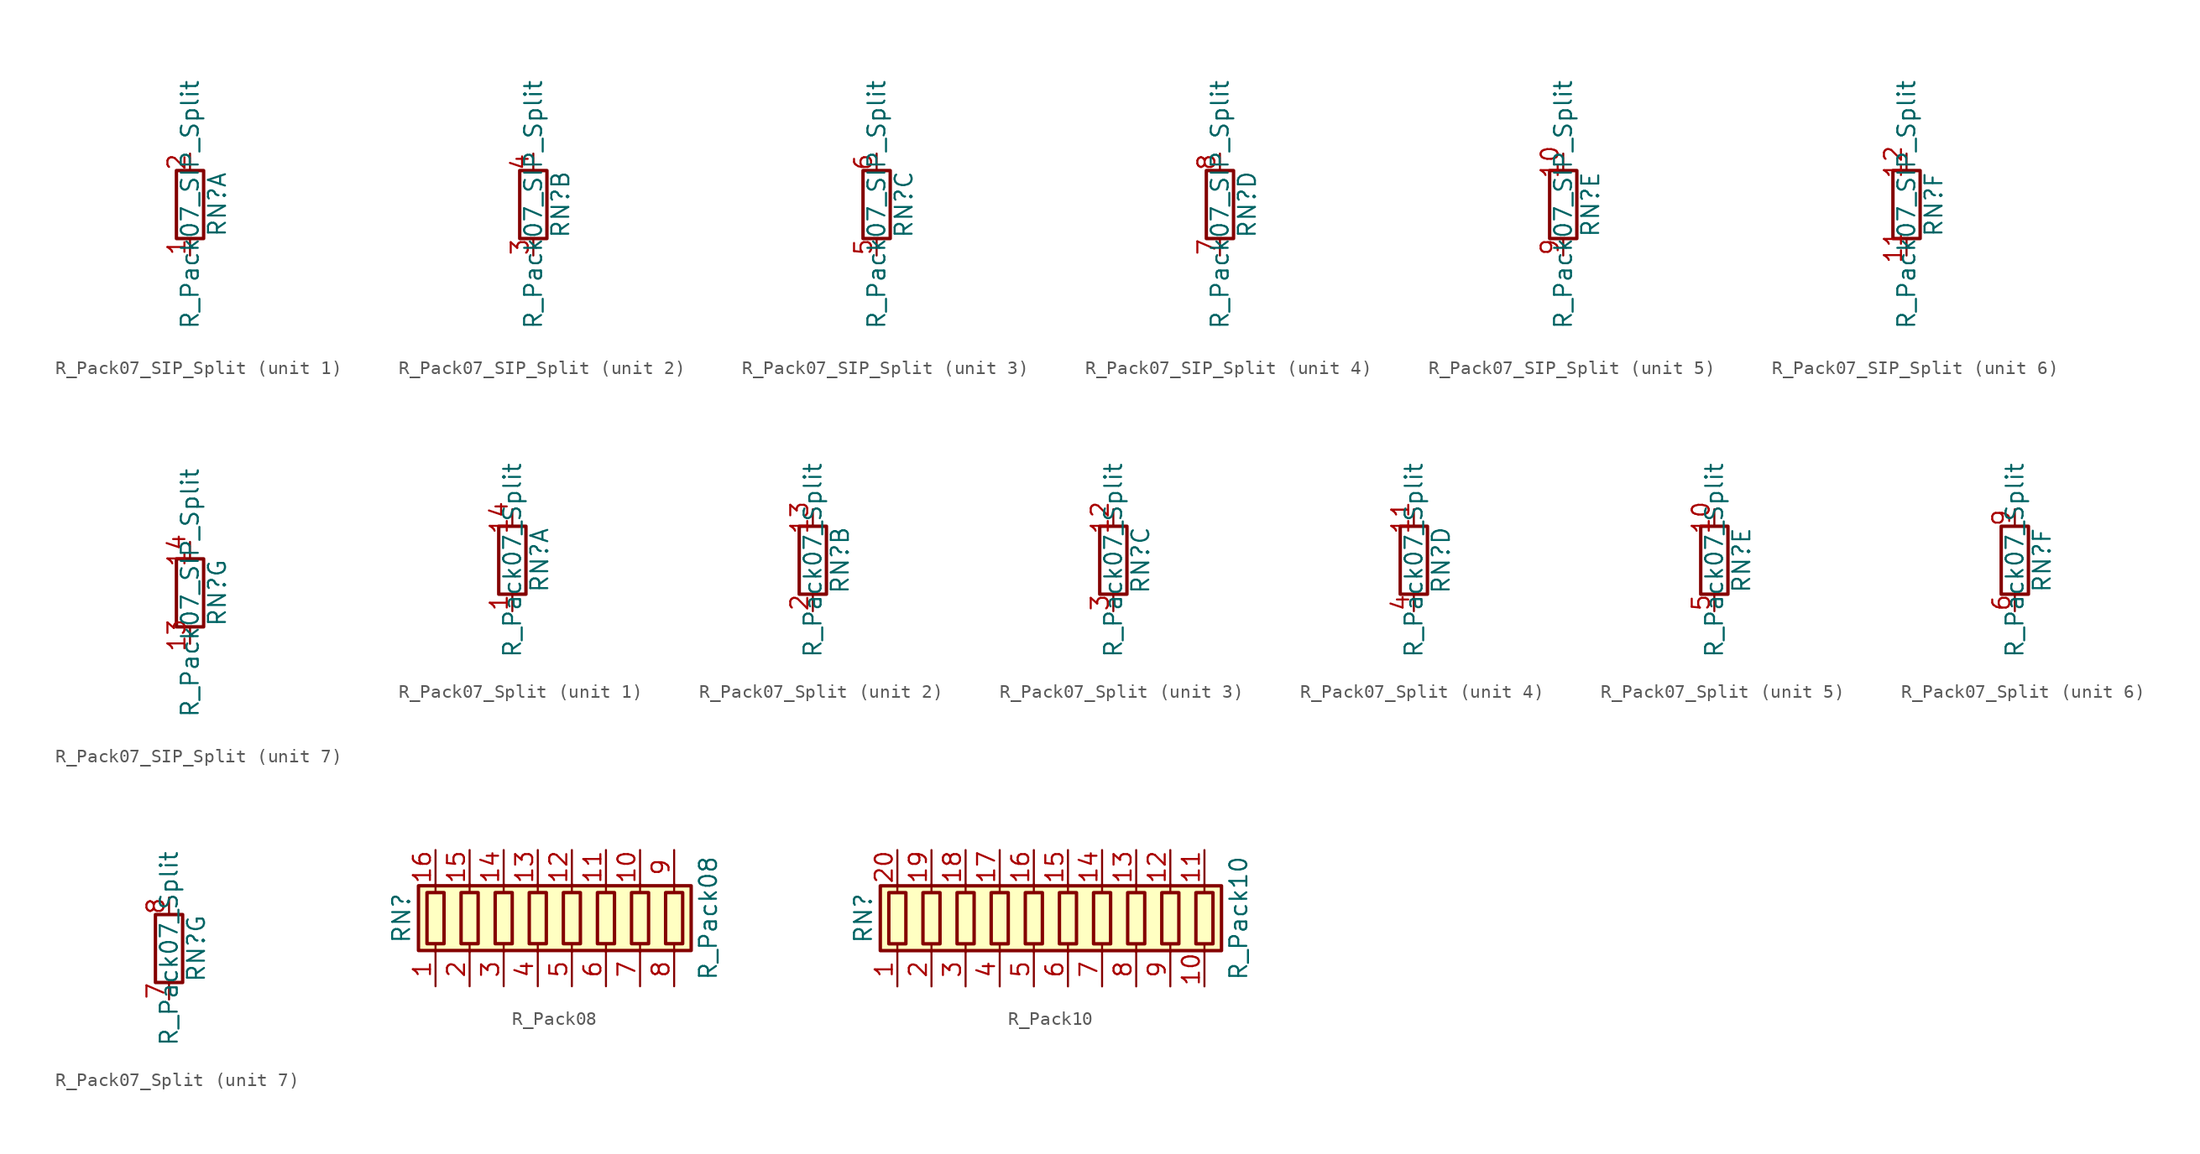
<source format=kicad_sym>
(kicad_symbol_lib
  (version 20211014)
  (generator kicad_symbol_editor)
  (symbol "R_Pack07_SIP_Split"
    (pin_names
      (offset 0) hide)
    (property "Reference" "RN"
      (at 2.032 0 90)
      (effects (font (size 1.27 1.27))))
    (property "Value" "R_Pack07_SIP_Split"
      (at 0 0 90)
      (effects (font (size 1.27 1.27))))
    (symbol "R_Pack07_SIP_Split_0_1"
      (rectangle (start 1.016 2.54) (end -1.016 -2.54) (stroke (width 0.254) (type default) (color 0 0 0 0)) (fill (type none))))
    (symbol "R_Pack07_SIP_Split_1_1"
      (pin passive line (at 0 -3.81 90) (length 1.27) (name "R1.1" (effects (font (size 1.27 1.27)))) (number "1" (effects (font (size 1.27 1.27)))))
      (pin passive line (at 0 3.81 270) (length 1.27) (name "R1.2" (effects (font (size 1.27 1.27)))) (number "2" (effects (font (size 1.27 1.27))))))
    (symbol "R_Pack07_SIP_Split_2_1"
      (pin passive line (at 0 -3.81 90) (length 1.27) (name "R2.1" (effects (font (size 1.27 1.27)))) (number "3" (effects (font (size 1.27 1.27)))))
      (pin passive line (at 0 3.81 270) (length 1.27) (name "R2.2" (effects (font (size 1.27 1.27)))) (number "4" (effects (font (size 1.27 1.27))))))
    (symbol "R_Pack07_SIP_Split_3_1"
      (pin passive line (at 0 -3.81 90) (length 1.27) (name "R3.1" (effects (font (size 1.27 1.27)))) (number "5" (effects (font (size 1.27 1.27)))))
      (pin passive line (at 0 3.81 270) (length 1.27) (name "R3.2" (effects (font (size 1.27 1.27)))) (number "6" (effects (font (size 1.27 1.27))))))
    (symbol "R_Pack07_SIP_Split_4_1"
      (pin passive line (at 0 -3.81 90) (length 1.27) (name "R4.1" (effects (font (size 1.27 1.27)))) (number "7" (effects (font (size 1.27 1.27)))))
      (pin passive line (at 0 3.81 270) (length 1.27) (name "R4.2" (effects (font (size 1.27 1.27)))) (number "8" (effects (font (size 1.27 1.27))))))
    (symbol "R_Pack07_SIP_Split_5_1"
      (pin passive line (at 0 3.81 270) (length 1.27) (name "R5.2" (effects (font (size 1.27 1.27)))) (number "10" (effects (font (size 1.27 1.27)))))
      (pin passive line (at 0 -3.81 90) (length 1.27) (name "R5.1" (effects (font (size 1.27 1.27)))) (number "9" (effects (font (size 1.27 1.27))))))
    (symbol "R_Pack07_SIP_Split_6_1"
      (pin passive line (at 0 -3.81 90) (length 1.27) (name "R6.1" (effects (font (size 1.27 1.27)))) (number "11" (effects (font (size 1.27 1.27)))))
      (pin passive line (at 0 3.81 270) (length 1.27) (name "R6.2" (effects (font (size 1.27 1.27)))) (number "12" (effects (font (size 1.27 1.27))))))
    (symbol "R_Pack07_SIP_Split_7_1"
      (pin passive line (at 0 -3.81 90) (length 1.27) (name "R7.1" (effects (font (size 1.27 1.27)))) (number "13" (effects (font (size 1.27 1.27)))))
      (pin passive line (at 0 3.81 270) (length 1.27) (name "R7.2" (effects (font (size 1.27 1.27)))) (number "14" (effects (font (size 1.27 1.27)))))))
  (symbol "R_Pack07_Split"
    (pin_names
      (offset 0) hide)
    (property "Reference" "RN"
      (at 2.032 0 90)
      (effects (font (size 1.27 1.27))))
    (property "Value" "R_Pack07_Split"
      (at 0 0 90)
      (effects (font (size 1.27 1.27))))
    (symbol "R_Pack07_Split_0_1"
      (rectangle (start 1.016 2.54) (end -1.016 -2.54) (stroke (width 0.254) (type default) (color 0 0 0 0)) (fill (type none))))
    (symbol "R_Pack07_Split_1_1"
      (pin passive line (at 0 -3.81 90) (length 1.27) (name "R1.1" (effects (font (size 1.27 1.27)))) (number "1" (effects (font (size 1.27 1.27)))))
      (pin passive line (at 0 3.81 270) (length 1.27) (name "R1.2" (effects (font (size 1.27 1.27)))) (number "14" (effects (font (size 1.27 1.27))))))
    (symbol "R_Pack07_Split_2_1"
      (pin passive line (at 0 3.81 270) (length 1.27) (name "R2.2" (effects (font (size 1.27 1.27)))) (number "13" (effects (font (size 1.27 1.27)))))
      (pin passive line (at 0 -3.81 90) (length 1.27) (name "R2.1" (effects (font (size 1.27 1.27)))) (number "2" (effects (font (size 1.27 1.27))))))
    (symbol "R_Pack07_Split_3_1"
      (pin passive line (at 0 3.81 270) (length 1.27) (name "R3.2" (effects (font (size 1.27 1.27)))) (number "12" (effects (font (size 1.27 1.27)))))
      (pin passive line (at 0 -3.81 90) (length 1.27) (name "R3.1" (effects (font (size 1.27 1.27)))) (number "3" (effects (font (size 1.27 1.27))))))
    (symbol "R_Pack07_Split_4_1"
      (pin passive line (at 0 3.81 270) (length 1.27) (name "R4.2" (effects (font (size 1.27 1.27)))) (number "11" (effects (font (size 1.27 1.27)))))
      (pin passive line (at 0 -3.81 90) (length 1.27) (name "R4.1" (effects (font (size 1.27 1.27)))) (number "4" (effects (font (size 1.27 1.27))))))
    (symbol "R_Pack07_Split_5_1"
      (pin passive line (at 0 3.81 270) (length 1.27) (name "R5.2" (effects (font (size 1.27 1.27)))) (number "10" (effects (font (size 1.27 1.27)))))
      (pin passive line (at 0 -3.81 90) (length 1.27) (name "R5.1" (effects (font (size 1.27 1.27)))) (number "5" (effects (font (size 1.27 1.27))))))
    (symbol "R_Pack07_Split_6_1"
      (pin passive line (at 0 -3.81 90) (length 1.27) (name "R6.1" (effects (font (size 1.27 1.27)))) (number "6" (effects (font (size 1.27 1.27)))))
      (pin passive line (at 0 3.81 270) (length 1.27) (name "R6.2" (effects (font (size 1.27 1.27)))) (number "9" (effects (font (size 1.27 1.27))))))
    (symbol "R_Pack07_Split_7_1"
      (pin passive line (at 0 -3.81 90) (length 1.27) (name "R7.1" (effects (font (size 1.27 1.27)))) (number "7" (effects (font (size 1.27 1.27)))))
      (pin passive line (at 0 3.81 270) (length 1.27) (name "R7.2" (effects (font (size 1.27 1.27)))) (number "8" (effects (font (size 1.27 1.27)))))))
  (symbol "R_Pack08"
    (pin_names
      (offset 0) hide)
    (property "Reference" "RN"
      (at -12.7 0 90)
      (effects (font (size 1.27 1.27))))
    (property "Value" "R_Pack08"
      (at 10.16 0 90)
      (effects (font (size 1.27 1.27))))
    (symbol "R_Pack08_0_1"
      (rectangle (start -11.43 -2.413) (end 8.89 2.413) (stroke (width 0.254) (type default) (color 0 0 0 0)) (fill (type background)))
      (rectangle (start -10.795 1.905) (end -9.525 -1.905) (stroke (width 0.254) (type default) (color 0 0 0 0)) (fill (type none)))
      (rectangle (start -8.255 1.905) (end -6.985 -1.905) (stroke (width 0.254) (type default) (color 0 0 0 0)) (fill (type none)))
      (rectangle (start -5.715 1.905) (end -4.445 -1.905) (stroke (width 0.254) (type default) (color 0 0 0 0)) (fill (type none)))
      (rectangle (start -3.175 1.905) (end -1.905 -1.905) (stroke (width 0.254) (type default) (color 0 0 0 0)) (fill (type none)))
      (rectangle (start -0.635 1.905) (end 0.635 -1.905) (stroke (width 0.254) (type default) (color 0 0 0 0)) (fill (type none)))
      (polyline (pts (xy -10.16 -2.54) (xy -10.16 -1.905)) (stroke (width 0) (type default) (color 0 0 0 0)) (fill (type none)))
      (polyline (pts (xy -10.16 1.905) (xy -10.16 2.54)) (stroke (width 0) (type default) (color 0 0 0 0)) (fill (type none)))
      (polyline (pts (xy -7.62 -2.54) (xy -7.62 -1.905)) (stroke (width 0) (type default) (color 0 0 0 0)) (fill (type none)))
      (polyline (pts (xy -7.62 1.905) (xy -7.62 2.54)) (stroke (width 0) (type default) (color 0 0 0 0)) (fill (type none)))
      (polyline (pts (xy -5.08 -2.54) (xy -5.08 -1.905)) (stroke (width 0) (type default) (color 0 0 0 0)) (fill (type none)))
      (polyline (pts (xy -5.08 1.905) (xy -5.08 2.54)) (stroke (width 0) (type default) (color 0 0 0 0)) (fill (type none)))
      (polyline (pts (xy -2.54 -2.54) (xy -2.54 -1.905)) (stroke (width 0) (type default) (color 0 0 0 0)) (fill (type none)))
      (polyline (pts (xy -2.54 1.905) (xy -2.54 2.54)) (stroke (width 0) (type default) (color 0 0 0 0)) (fill (type none)))
      (polyline (pts (xy 0 -2.54) (xy 0 -1.905)) (stroke (width 0) (type default) (color 0 0 0 0)) (fill (type none)))
      (polyline (pts (xy 0 1.905) (xy 0 2.54)) (stroke (width 0) (type default) (color 0 0 0 0)) (fill (type none)))
      (polyline (pts (xy 2.54 -2.54) (xy 2.54 -1.905)) (stroke (width 0) (type default) (color 0 0 0 0)) (fill (type none)))
      (polyline (pts (xy 2.54 1.905) (xy 2.54 2.54)) (stroke (width 0) (type default) (color 0 0 0 0)) (fill (type none)))
      (polyline (pts (xy 5.08 -2.54) (xy 5.08 -1.905)) (stroke (width 0) (type default) (color 0 0 0 0)) (fill (type none)))
      (polyline (pts (xy 5.08 1.905) (xy 5.08 2.54)) (stroke (width 0) (type default) (color 0 0 0 0)) (fill (type none)))
      (polyline (pts (xy 7.62 -2.54) (xy 7.62 -1.905)) (stroke (width 0) (type default) (color 0 0 0 0)) (fill (type none)))
      (polyline (pts (xy 7.62 1.905) (xy 7.62 2.54)) (stroke (width 0) (type default) (color 0 0 0 0)) (fill (type none)))
      (rectangle (start 1.905 1.905) (end 3.175 -1.905) (stroke (width 0.254) (type default) (color 0 0 0 0)) (fill (type none)))
      (rectangle (start 4.445 1.905) (end 5.715 -1.905) (stroke (width 0.254) (type default) (color 0 0 0 0)) (fill (type none)))
      (rectangle (start 6.985 1.905) (end 8.255 -1.905) (stroke (width 0.254) (type default) (color 0 0 0 0)) (fill (type none))))
    (symbol "R_Pack08_1_1"
      (pin passive line (at -10.16 -5.08 90) (length 2.54) (name "R1.1" (effects (font (size 1.27 1.27)))) (number "1" (effects (font (size 1.27 1.27)))))
      (pin passive line (at 5.08 5.08 270) (length 2.54) (name "R7.2" (effects (font (size 1.27 1.27)))) (number "10" (effects (font (size 1.27 1.27)))))
      (pin passive line (at 2.54 5.08 270) (length 2.54) (name "R6.2" (effects (font (size 1.27 1.27)))) (number "11" (effects (font (size 1.27 1.27)))))
      (pin passive line (at 0 5.08 270) (length 2.54) (name "R5.2" (effects (font (size 1.27 1.27)))) (number "12" (effects (font (size 1.27 1.27)))))
      (pin passive line (at -2.54 5.08 270) (length 2.54) (name "R4.2" (effects (font (size 1.27 1.27)))) (number "13" (effects (font (size 1.27 1.27)))))
      (pin passive line (at -5.08 5.08 270) (length 2.54) (name "R3.2" (effects (font (size 1.27 1.27)))) (number "14" (effects (font (size 1.27 1.27)))))
      (pin passive line (at -7.62 5.08 270) (length 2.54) (name "R2.2" (effects (font (size 1.27 1.27)))) (number "15" (effects (font (size 1.27 1.27)))))
      (pin passive line (at -10.16 5.08 270) (length 2.54) (name "R1.2" (effects (font (size 1.27 1.27)))) (number "16" (effects (font (size 1.27 1.27)))))
      (pin passive line (at -7.62 -5.08 90) (length 2.54) (name "R2.1" (effects (font (size 1.27 1.27)))) (number "2" (effects (font (size 1.27 1.27)))))
      (pin passive line (at -5.08 -5.08 90) (length 2.54) (name "R3.1" (effects (font (size 1.27 1.27)))) (number "3" (effects (font (size 1.27 1.27)))))
      (pin passive line (at -2.54 -5.08 90) (length 2.54) (name "R4.1" (effects (font (size 1.27 1.27)))) (number "4" (effects (font (size 1.27 1.27)))))
      (pin passive line (at 0 -5.08 90) (length 2.54) (name "R5.1" (effects (font (size 1.27 1.27)))) (number "5" (effects (font (size 1.27 1.27)))))
      (pin passive line (at 2.54 -5.08 90) (length 2.54) (name "R6.1" (effects (font (size 1.27 1.27)))) (number "6" (effects (font (size 1.27 1.27)))))
      (pin passive line (at 5.08 -5.08 90) (length 2.54) (name "R7.1" (effects (font (size 1.27 1.27)))) (number "7" (effects (font (size 1.27 1.27)))))
      (pin passive line (at 7.62 -5.08 90) (length 2.54) (name "R8.1" (effects (font (size 1.27 1.27)))) (number "8" (effects (font (size 1.27 1.27)))))
      (pin passive line (at 7.62 5.08 270) (length 2.54) (name "R8.2" (effects (font (size 1.27 1.27)))) (number "9" (effects (font (size 1.27 1.27)))))))
  (symbol "R_Pack10"
    (pin_names
      (offset 0) hide)
    (property "Reference" "RN"
      (at -15.24 0 90)
      (effects (font (size 1.27 1.27))))
    (property "Value" "R_Pack10"
      (at 12.7 0 90)
      (effects (font (size 1.27 1.27))))
    (symbol "R_Pack10_0_1"
      (rectangle (start -13.97 -2.413) (end 11.43 2.413) (stroke (width 0.254) (type default) (color 0 0 0 0)) (fill (type background)))
      (rectangle (start -13.335 1.905) (end -12.065 -1.905) (stroke (width 0.254) (type default) (color 0 0 0 0)) (fill (type none)))
      (rectangle (start -10.795 1.905) (end -9.525 -1.905) (stroke (width 0.254) (type default) (color 0 0 0 0)) (fill (type none)))
      (rectangle (start -8.255 1.905) (end -6.985 -1.905) (stroke (width 0.254) (type default) (color 0 0 0 0)) (fill (type none)))
      (rectangle (start -5.715 1.905) (end -4.445 -1.905) (stroke (width 0.254) (type default) (color 0 0 0 0)) (fill (type none)))
      (rectangle (start -3.175 1.905) (end -1.905 -1.905) (stroke (width 0.254) (type default) (color 0 0 0 0)) (fill (type none)))
      (rectangle (start -0.635 1.905) (end 0.635 -1.905) (stroke (width 0.254) (type default) (color 0 0 0 0)) (fill (type none)))
      (polyline (pts (xy -12.7 -2.54) (xy -12.7 -1.905)) (stroke (width 0) (type default) (color 0 0 0 0)) (fill (type none)))
      (polyline (pts (xy -12.7 1.905) (xy -12.7 2.54)) (stroke (width 0) (type default) (color 0 0 0 0)) (fill (type none)))
      (polyline (pts (xy -10.16 -2.54) (xy -10.16 -1.905)) (stroke (width 0) (type default) (color 0 0 0 0)) (fill (type none)))
      (polyline (pts (xy -10.16 1.905) (xy -10.16 2.54)) (stroke (width 0) (type default) (color 0 0 0 0)) (fill (type none)))
      (polyline (pts (xy -7.62 -2.54) (xy -7.62 -1.905)) (stroke (width 0) (type default) (color 0 0 0 0)) (fill (type none)))
      (polyline (pts (xy -7.62 1.905) (xy -7.62 2.54)) (stroke (width 0) (type default) (color 0 0 0 0)) (fill (type none)))
      (polyline (pts (xy -5.08 -2.54) (xy -5.08 -1.905)) (stroke (width 0) (type default) (color 0 0 0 0)) (fill (type none)))
      (polyline (pts (xy -5.08 1.905) (xy -5.08 2.54)) (stroke (width 0) (type default) (color 0 0 0 0)) (fill (type none)))
      (polyline (pts (xy -2.54 -2.54) (xy -2.54 -1.905)) (stroke (width 0) (type default) (color 0 0 0 0)) (fill (type none)))
      (polyline (pts (xy -2.54 1.905) (xy -2.54 2.54)) (stroke (width 0) (type default) (color 0 0 0 0)) (fill (type none)))
      (polyline (pts (xy 0 -2.54) (xy 0 -1.905)) (stroke (width 0) (type default) (color 0 0 0 0)) (fill (type none)))
      (polyline (pts (xy 0 1.905) (xy 0 2.54)) (stroke (width 0) (type default) (color 0 0 0 0)) (fill (type none)))
      (polyline (pts (xy 2.54 -2.54) (xy 2.54 -1.905)) (stroke (width 0) (type default) (color 0 0 0 0)) (fill (type none)))
      (polyline (pts (xy 2.54 1.905) (xy 2.54 2.54)) (stroke (width 0) (type default) (color 0 0 0 0)) (fill (type none)))
      (polyline (pts (xy 5.08 -2.54) (xy 5.08 -1.905)) (stroke (width 0) (type default) (color 0 0 0 0)) (fill (type none)))
      (polyline (pts (xy 5.08 1.905) (xy 5.08 2.54)) (stroke (width 0) (type default) (color 0 0 0 0)) (fill (type none)))
      (polyline (pts (xy 7.62 -2.54) (xy 7.62 -1.905)) (stroke (width 0) (type default) (color 0 0 0 0)) (fill (type none)))
      (polyline (pts (xy 7.62 1.905) (xy 7.62 2.54)) (stroke (width 0) (type default) (color 0 0 0 0)) (fill (type none)))
      (polyline (pts (xy 10.16 -2.54) (xy 10.16 -1.905)) (stroke (width 0) (type default) (color 0 0 0 0)) (fill (type none)))
      (polyline (pts (xy 10.16 1.905) (xy 10.16 2.54)) (stroke (width 0) (type default) (color 0 0 0 0)) (fill (type none)))
      (rectangle (start 1.905 1.905) (end 3.175 -1.905) (stroke (width 0.254) (type default) (color 0 0 0 0)) (fill (type none)))
      (rectangle (start 4.445 1.905) (end 5.715 -1.905) (stroke (width 0.254) (type default) (color 0 0 0 0)) (fill (type none)))
      (rectangle (start 6.985 1.905) (end 8.255 -1.905) (stroke (width 0.254) (type default) (color 0 0 0 0)) (fill (type none)))
      (rectangle (start 9.525 1.905) (end 10.795 -1.905) (stroke (width 0.254) (type default) (color 0 0 0 0)) (fill (type none))))
    (symbol "R_Pack10_1_1"
      (pin passive line (at -12.7 -5.08 90) (length 2.54) (name "R1.1" (effects (font (size 1.27 1.27)))) (number "1" (effects (font (size 1.27 1.27)))))
      (pin passive line (at 10.16 -5.08 90) (length 2.54) (name "R10.1" (effects (font (size 1.27 1.27)))) (number "10" (effects (font (size 1.27 1.27)))))
      (pin passive line (at 10.16 5.08 270) (length 2.54) (name "R10.2" (effects (font (size 1.27 1.27)))) (number "11" (effects (font (size 1.27 1.27)))))
      (pin passive line (at 7.62 5.08 270) (length 2.54) (name "R9.2" (effects (font (size 1.27 1.27)))) (number "12" (effects (font (size 1.27 1.27)))))
      (pin passive line (at 5.08 5.08 270) (length 2.54) (name "R8.2" (effects (font (size 1.27 1.27)))) (number "13" (effects (font (size 1.27 1.27)))))
      (pin passive line (at 2.54 5.08 270) (length 2.54) (name "R7.2" (effects (font (size 1.27 1.27)))) (number "14" (effects (font (size 1.27 1.27)))))
      (pin passive line (at 0 5.08 270) (length 2.54) (name "R6.2" (effects (font (size 1.27 1.27)))) (number "15" (effects (font (size 1.27 1.27)))))
      (pin passive line (at -2.54 5.08 270) (length 2.54) (name "R5.2" (effects (font (size 1.27 1.27)))) (number "16" (effects (font (size 1.27 1.27)))))
      (pin passive line (at -5.08 5.08 270) (length 2.54) (name "R4.2" (effects (font (size 1.27 1.27)))) (number "17" (effects (font (size 1.27 1.27)))))
      (pin passive line (at -7.62 5.08 270) (length 2.54) (name "R3.2" (effects (font (size 1.27 1.27)))) (number "18" (effects (font (size 1.27 1.27)))))
      (pin passive line (at -10.16 5.08 270) (length 2.54) (name "R2.2" (effects (font (size 1.27 1.27)))) (number "19" (effects (font (size 1.27 1.27)))))
      (pin passive line (at -10.16 -5.08 90) (length 2.54) (name "R2.1" (effects (font (size 1.27 1.27)))) (number "2" (effects (font (size 1.27 1.27)))))
      (pin passive line (at -12.7 5.08 270) (length 2.54) (name "R1.2" (effects (font (size 1.27 1.27)))) (number "20" (effects (font (size 1.27 1.27)))))
      (pin passive line (at -7.62 -5.08 90) (length 2.54) (name "R3.1" (effects (font (size 1.27 1.27)))) (number "3" (effects (font (size 1.27 1.27)))))
      (pin passive line (at -5.08 -5.08 90) (length 2.54) (name "R4.1" (effects (font (size 1.27 1.27)))) (number "4" (effects (font (size 1.27 1.27)))))
      (pin passive line (at -2.54 -5.08 90) (length 2.54) (name "R5.1" (effects (font (size 1.27 1.27)))) (number "5" (effects (font (size 1.27 1.27)))))
      (pin passive line (at 0 -5.08 90) (length 2.54) (name "R6.1" (effects (font (size 1.27 1.27)))) (number "6" (effects (font (size 1.27 1.27)))))
      (pin passive line (at 2.54 -5.08 90) (length 2.54) (name "R7.1" (effects (font (size 1.27 1.27)))) (number "7" (effects (font (size 1.27 1.27)))))
      (pin passive line (at 5.08 -5.08 90) (length 2.54) (name "R8.1" (effects (font (size 1.27 1.27)))) (number "8" (effects (font (size 1.27 1.27)))))
      (pin passive line (at 7.62 -5.08 90) (length 2.54) (name "R9.1" (effects (font (size 1.27 1.27)))) (number "9" (effects (font (size 1.27 1.27))))))))
</source>
